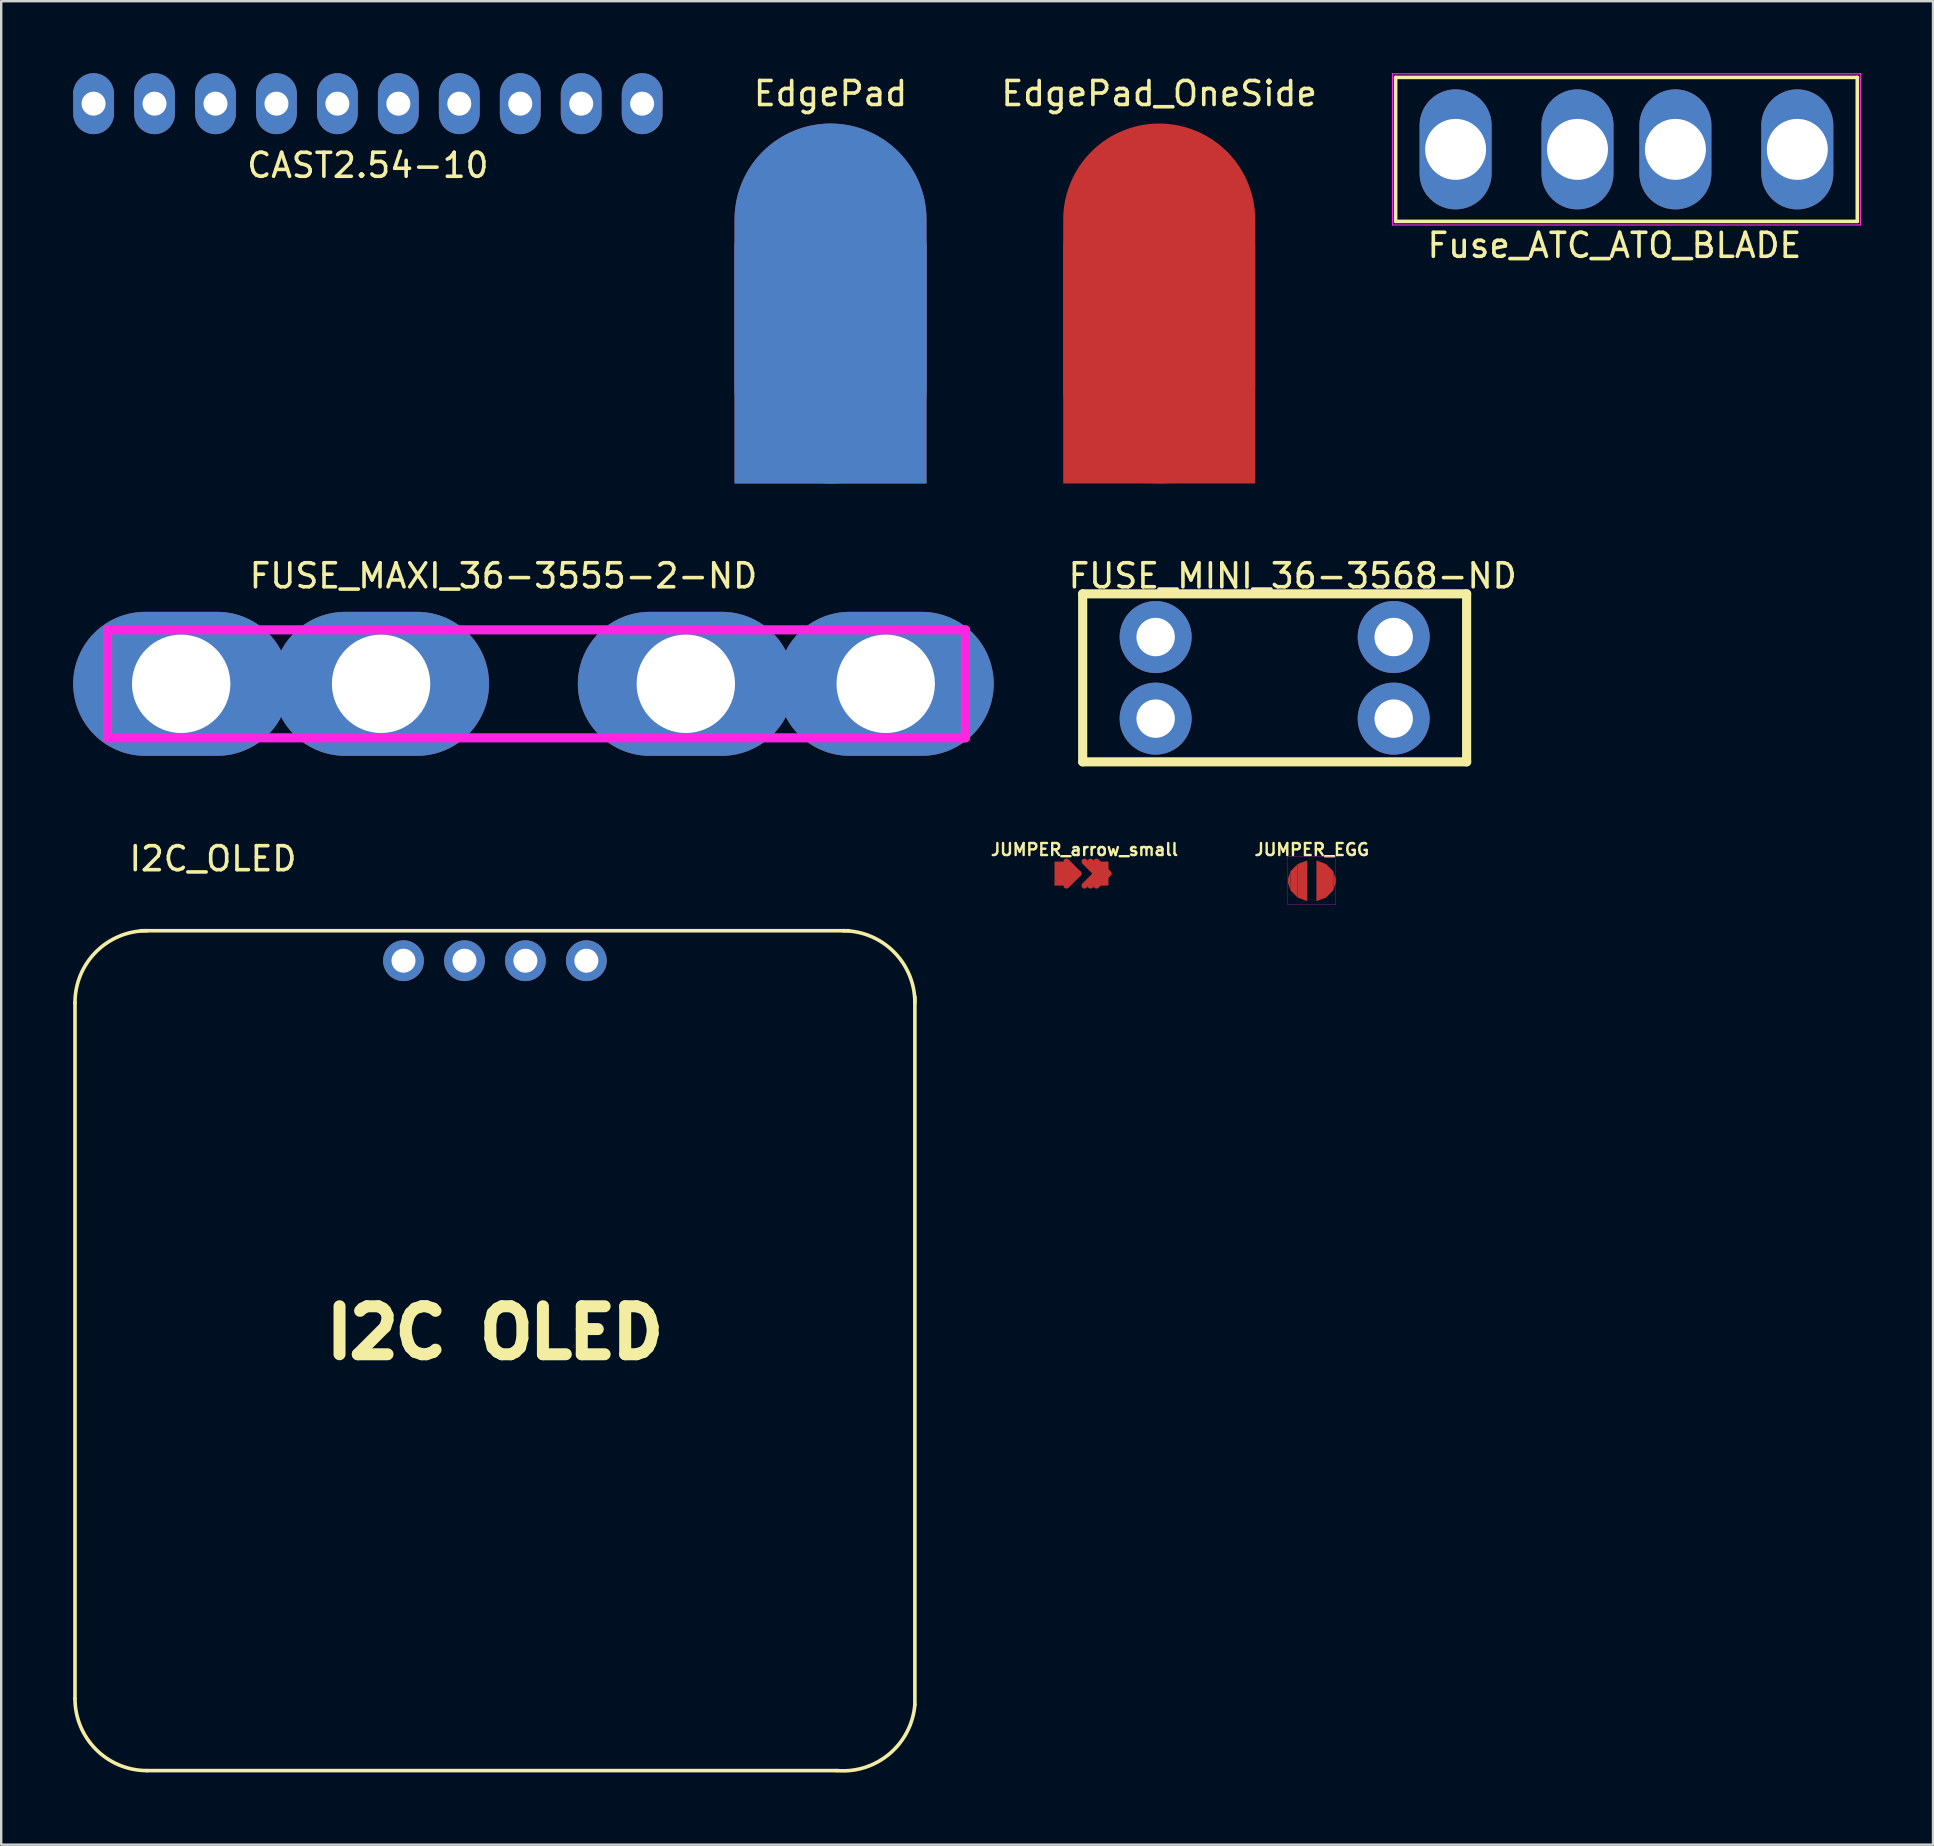
<source format=kicad_pcb>
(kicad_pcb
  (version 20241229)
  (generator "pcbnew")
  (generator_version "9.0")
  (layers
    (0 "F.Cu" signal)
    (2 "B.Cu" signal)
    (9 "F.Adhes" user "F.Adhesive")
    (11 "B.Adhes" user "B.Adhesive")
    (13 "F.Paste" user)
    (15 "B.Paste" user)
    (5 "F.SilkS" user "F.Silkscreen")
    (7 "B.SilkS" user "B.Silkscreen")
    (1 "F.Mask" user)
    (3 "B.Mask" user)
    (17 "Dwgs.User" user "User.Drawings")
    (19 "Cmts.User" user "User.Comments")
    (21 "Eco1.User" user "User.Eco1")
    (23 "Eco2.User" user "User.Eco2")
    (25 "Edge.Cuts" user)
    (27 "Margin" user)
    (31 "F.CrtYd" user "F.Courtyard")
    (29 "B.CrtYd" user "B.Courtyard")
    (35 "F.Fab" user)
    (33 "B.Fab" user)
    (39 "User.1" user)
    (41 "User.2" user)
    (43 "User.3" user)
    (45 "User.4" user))
  (footprint "FUSE_MAXI_36-3555-2-ND"
    (layer "F.Cu")
    (at 19.18 25.447)
    (property "Reference" "FUSE_MAXI_36-3555-2-ND" (at -1.25 -4.5 0) (layer "F.SilkS") (effects (font (size 1 1) (thickness 0.15))))
    (attr through_hole)
    (fp_line (start -17.75 -2.25) (end -17.75 2.25) (stroke (width 0.381) (type solid)) (layer "F.CrtYd"))
    (fp_line (start -17.75 2.25) (end 18 2.25) (stroke (width 0.381) (type solid)) (layer "F.CrtYd"))
    (fp_line (start 18 -2.25) (end -17.75 -2.25) (stroke (width 0.381) (type solid)) (layer "F.CrtYd"))
    (fp_line (start 18 2.25) (end 18 -2.25) (stroke (width 0.381) (type solid)) (layer "F.CrtYd"))
    (pad "1" thru_hole oval (at -14.68 0) (size 9 6) (drill 4.1) (layers "*.Cu" "*.Mask"))
    (pad "1" thru_hole oval (at -6.35 0) (size 9 6) (drill 4.1) (layers "*.Cu" "*.Mask"))
    (pad "2" thru_hole oval (at 6.35 0) (size 9 6) (drill 4.1) (layers "*.Cu" "*.Mask"))
    (pad "2" thru_hole oval (at 14.68 0) (size 9 6) (drill 4.1) (layers "*.Cu" "*.Mask")))
  (footprint "JUMPER_arrow_small"
    (layer "F.Cu")
    (at 42.143 33.355)
    (property "Reference" "JUMPER_arrow_small" (at 0 -1 0) (layer "F.SilkS") (effects (font (size 0.5 0.5) (thickness 0.1))))
    (attr through_hole)
    (fp_line (start -0.75 -0.5) (end -0.25 0) (stroke (width 0.25) (type solid)) (layer "F.Cu"))
    (fp_line (start -0.75 -0.25) (end -0.5 0) (stroke (width 0.2) (type solid)) (layer "F.Cu"))
    (fp_line (start -0.75 0) (end -1 0) (stroke (width 0.25) (type solid)) (layer "F.Cu"))
    (fp_line (start -0.5 0) (end -0.75 0.25) (stroke (width 0.22) (type solid)) (layer "F.Cu"))
    (fp_line (start -0.25 0) (end -0.75 0.5) (stroke (width 0.25) (type solid)) (layer "F.Cu"))
    (fp_line (start 0.5 0) (end 0 -0.5) (stroke (width 0.25) (type solid)) (layer "F.Cu"))
    (fp_line (start 0.5 0) (end 0 0.5) (stroke (width 0.25) (type solid)) (layer "F.Cu"))
    (fp_line (start 0.75 0) (end 0.25 -0.5) (stroke (width 0.25) (type solid)) (layer "F.Cu"))
    (fp_line (start 0.75 0) (end 0.25 0.5) (stroke (width 0.25) (type solid)) (layer "F.Cu"))
    (fp_line (start 1 0) (end 0.5 -0.5) (stroke (width 0.25) (type solid)) (layer "F.Cu"))
    (fp_line (start 1 0) (end 0.5 0.5) (stroke (width 0.25) (type solid)) (layer "F.Cu"))
    (pad "1" smd rect (at -1 0) (size 0.5 1) (layers "F.Cu" "F.Mask" "F.Paste"))
    (pad "2" smd rect (at 0.75 0) (size 0.5 1) (layers "F.Cu" "F.Mask" "F.Paste")))
  (footprint "FUSE_MINI_36-3568-ND"
    (layer "F.Cu")
    (at 50.068 25.197)
    (property "Reference" "FUSE_MINI_36-3568-ND" (at 0.75 -4.25 0) (layer "F.SilkS") (effects (font (size 1 1) (thickness 0.15))))
    (attr through_hole)
    (fp_line (start -8 -3.5) (end -8 3.5) (stroke (width 0.381) (type solid)) (layer "F.SilkS"))
    (fp_line (start -8 3.5) (end 8 3.5) (stroke (width 0.381) (type solid)) (layer "F.SilkS"))
    (fp_line (start 8 -3.5) (end -8 -3.5) (stroke (width 0.381) (type solid)) (layer "F.SilkS"))
    (fp_line (start 8 3.5) (end 8 -3.5) (stroke (width 0.381) (type solid)) (layer "F.SilkS"))
    (pad "1" thru_hole circle (at -4.96 -1.7) (size 3 3) (drill 1.6) (layers "*.Cu" "*.Mask"))
    (pad "1" thru_hole circle (at -4.96 1.7) (size 3 3) (drill 1.6) (layers "*.Cu" "*.Mask"))
    (pad "2" thru_hole circle (at 4.96 -1.7) (size 3 3) (drill 1.6) (layers "*.Cu" "*.Mask"))
    (pad "2" thru_hole circle (at 4.96 1.7) (size 3 3) (drill 1.6) (layers "*.Cu" "*.Mask")))
  (footprint "EdgePad"
    (layer "F.Cu")
    (at 31.56 9.598)
    (property "Reference" "EdgePad" (at 0 -8.75 0) (layer "F.SilkS") (effects (font (size 1 1) (thickness 0.15))))
    (attr through_hole)
    (pad "1" smd oval (at 0 0) (size 8 15) (layers "F.Cu" "F.Mask" "F.Paste"))
    (pad "1" smd oval (at 0 0) (size 8 15) (layers "F.Mask" "B.Cu" "F.Paste"))
    (pad "1" smd rect (at 0 2.5) (size 8 10) (layers "F.Cu" "F.Mask" "F.Paste"))
    (pad "1" smd rect (at 0 2.5) (size 8 10) (layers "F.Mask" "B.Cu" "F.Paste")))
  (footprint "Fuse_ATC_ATO_BLADE"
    (layer "F.Cu")
    (at 65.228 3.175)
    (property "Reference" "Fuse_ATC_ATO_BLADE" (at -1 4 0) (layer "F.SilkS") (effects (font (size 1 1) (thickness 0.15))))
    (attr through_hole)
    (fp_line (start -10.12 -3) (end 9.125 -3) (stroke (width 0.15) (type solid)) (layer "F.SilkS"))
    (fp_line (start -10.12 3) (end -10.12 -3) (stroke (width 0.15) (type solid)) (layer "F.SilkS"))
    (fp_line (start 9.12 -3) (end 9.12 3) (stroke (width 0.15) (type solid)) (layer "F.SilkS"))
    (fp_line (start 9.125 3) (end -10.12 3) (stroke (width 0.15) (type solid)) (layer "F.SilkS"))
    (fp_line (start -10.25 -3.15) (end 9.25 -3.15) (stroke (width 0.05) (type solid)) (layer "F.CrtYd"))
    (fp_line (start -10.25 3.15) (end -10.25 -3.15) (stroke (width 0.05) (type solid)) (layer "F.CrtYd"))
    (fp_line (start 9.25 -3.15) (end 9.25 3.15) (stroke (width 0.05) (type solid)) (layer "F.CrtYd"))
    (fp_line (start 9.25 3.15) (end -10.25 3.15) (stroke (width 0.05) (type solid)) (layer "F.CrtYd"))
    (pad "1" thru_hole oval (at -7.62 0) (size 3 5) (drill 2.54) (layers "*.Cu" "*.Mask"))
    (pad "1" thru_hole oval (at -2.54 0) (size 3 5) (drill 2.54) (layers "*.Cu" "*.Mask"))
    (pad "2" thru_hole oval (at 1.54 0) (size 3 5) (drill 2.54) (layers "*.Cu" "*.Mask"))
    (pad "2" thru_hole oval (at 6.62 0) (size 3 5) (drill 2.54) (layers "*.Cu" "*.Mask")))
  (footprint "I2C_OLED"
    (layer "F.Cu")
    (at 17.325 52.985)
    (property "Reference" "I2C_OLED" (at -11.5 -20.25 0) (layer "F.SilkS") (effects (font (size 1 1) (thickness 0.15))))
    (attr through_hole)
    (fp_line (start -17.25 14.75) (end -17.25 -14.25) (stroke (width 0.15) (type solid)) (layer "F.SilkS"))
    (fp_line (start -14.5 -17.25) (end 15 -17.25) (stroke (width 0.15) (type solid)) (layer "F.SilkS"))
    (fp_line (start 14.5 17.75) (end -14.25 17.75) (stroke (width 0.15) (type solid)) (layer "F.SilkS"))
    (fp_line (start 17.75 -14.5) (end 17.75 15) (stroke (width 0.15) (type solid)) (layer "F.SilkS"))
    (fp_arc (start -17.25 -14.25) (mid -16.37132 -16.37132) (end -14.25 -17.25) (stroke (width 0.15) (type solid)) (layer "F.SilkS"))
    (fp_arc (start -14.25 17.75) (mid -16.37132 16.87132) (end -17.25 14.75) (stroke (width 0.15) (type solid)) (layer "F.SilkS"))
    (fp_arc (start 14.75 -17.25) (mid 16.87132 -16.37132) (end 17.75 -14.25) (stroke (width 0.15) (type solid)) (layer "F.SilkS"))
    (fp_arc (start 17.75 15) (mid 16.694544 17.048097) (end 14.5 17.75) (stroke (width 0.15) (type solid)) (layer "F.SilkS"))
    (fp_text user "I2C OLED" (at 0.25 -0.5 0) (layer "F.SilkS") (effects (font (size 2 2) (thickness 0.5))))
    (pad "1" thru_hole circle (at -3.56 -16) (size 1.7 1.7) (drill 1) (layers "*.Cu" "*.Mask"))
    (pad "2" thru_hole circle (at -1.02 -16) (size 1.7 1.7) (drill 1) (layers "*.Cu" "*.Mask"))
    (pad "3" thru_hole circle (at 1.52 -16) (size 1.7 1.7) (drill 1) (layers "*.Cu" "*.Mask"))
    (pad "4" thru_hole circle (at 4.06 -16) (size 1.7 1.7) (drill 1) (layers "*.Cu" "*.Mask")))
  (footprint "EdgePad_OneSide"
    (layer "F.Cu")
    (at 45.256 9.598)
    (property "Reference" "EdgePad_OneSide" (at 0 -8.75 0) (layer "F.SilkS") (effects (font (size 1 1) (thickness 0.15))))
    (attr through_hole)
    (pad "1" smd oval (at 0 0) (size 8 15) (layers "F.Cu" "F.Mask" "F.Paste"))
    (pad "1" smd rect (at 0 2.5) (size 8 10) (layers "F.Cu" "F.Mask" "F.Paste")))
  (footprint "CAST2.54-10"
    (layer "F.Cu")
    (at 12.28 1.27)
    (property "Reference" "CAST2.54-10" (at 0 2.57 0) (layer "F.SilkS") (effects (font (size 1 1) (thickness 0.15))))
    (attr through_hole)
    (pad "1" thru_hole oval (at -11.43 0) (size 1.7 2.54) (drill 1) (layers "*.Cu" "*.Mask"))
    (pad "2" thru_hole oval (at -8.89 0) (size 1.7 2.54) (drill 1) (layers "*.Cu" "*.Mask"))
    (pad "3" thru_hole oval (at -6.35 0) (size 1.7 2.54) (drill 1) (layers "*.Cu" "*.Mask"))
    (pad "4" thru_hole oval (at -3.81 0) (size 1.7 2.54) (drill 1) (layers "*.Cu" "*.Mask"))
    (pad "5" thru_hole oval (at -1.27 0) (size 1.7 2.54) (drill 1) (layers "*.Cu" "*.Mask"))
    (pad "6" thru_hole oval (at 1.27 0) (size 1.7 2.54) (drill 1) (layers "*.Cu" "*.Mask"))
    (pad "7" thru_hole oval (at 3.81 0) (size 1.7 2.54) (drill 1) (layers "*.Cu" "*.Mask"))
    (pad "8" thru_hole oval (at 6.35 0) (size 1.7 2.54) (drill 1) (layers "*.Cu" "*.Mask"))
    (pad "9" thru_hole oval (at 8.89 0) (size 1.7 2.54) (drill 1) (layers "*.Cu" "*.Mask"))
    (pad "10" thru_hole oval (at 11.43 0) (size 1.7 2.54) (drill 1) (layers "*.Cu" "*.Mask")))
  (footprint "JUMPER_EGG"
    (layer "F.Cu")
    (at 51.617 33.655)
    (property "Reference" "JUMPER_EGG" (at 0 -1.3 0) (layer "F.SilkS") (effects (font (size 0.5 0.5) (thickness 0.1))))
    (attr through_hole)
    (fp_line (start -1 -1) (end -1 1) (stroke (width 0.01) (type solid)) (layer "F.CrtYd"))
    (fp_line (start -1 1) (end 1 1) (stroke (width 0.01) (type solid)) (layer "F.CrtYd"))
    (fp_line (start 1 -1) (end -1 -1) (stroke (width 0.01) (type solid)) (layer "F.CrtYd"))
    (fp_line (start 1 1) (end 1 -1) (stroke (width 0.01) (type solid)) (layer "F.CrtYd"))
    (pad "1" smd trapezoid (at -0.94 0 180) (size 0.1 0.5) (rect_delta 0.3 0) (layers "F.Cu" "F.Mask"))
    (pad "1" smd trapezoid (at -0.74 0 180) (size 0.3 1.1) (rect_delta 0.3 0) (layers "F.Cu" "F.Mask"))
    (pad "1" smd trapezoid (at -0.39 0 180) (size 0.4 1.55) (rect_delta 0.15 0) (layers "F.Cu" "F.Mask"))
    (pad "2" smd trapezoid (at 0.39 0) (size 0.4 1.55) (rect_delta 0.15 0) (layers "F.Cu" "F.Mask"))
    (pad "2" smd trapezoid (at 0.74 0) (size 0.3 1.1) (rect_delta 0.3 0) (layers "F.Cu" "F.Mask"))
    (pad "2" smd trapezoid (at 0.94 0) (size 0.1 0.5) (rect_delta 0.3 0) (layers "F.Cu" "F.Mask")))
  (gr_rect
    (start -3 -3)
    (end 77.503 73.821)
    (stroke (width 0.1) (type default))
    (fill no)
    (layer "Edge.Cuts")))
</source>
